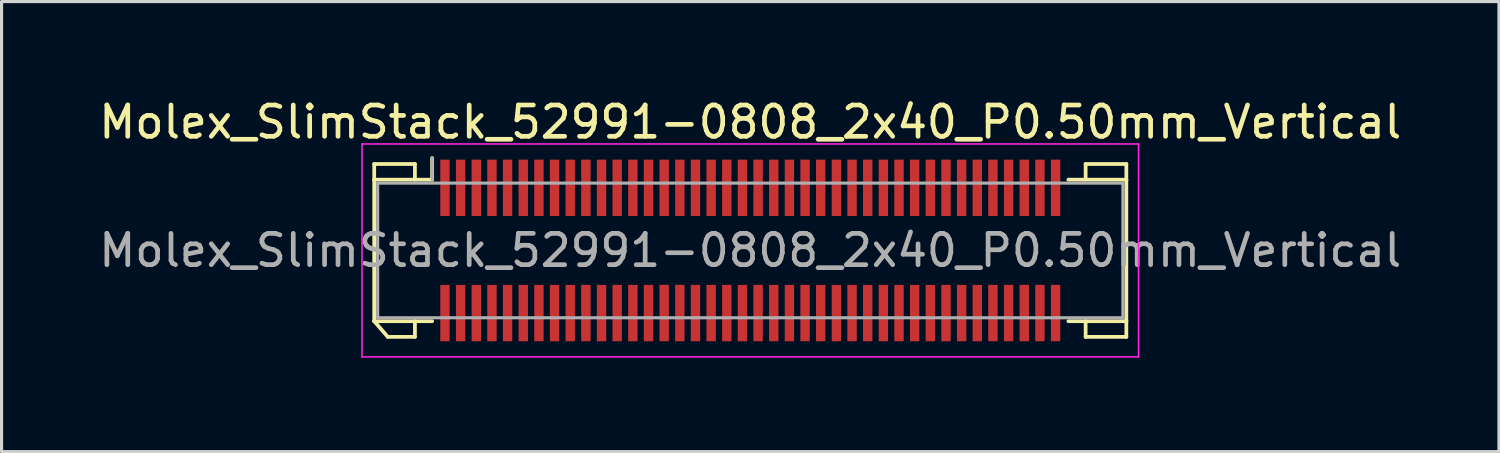
<source format=kicad_pcb>
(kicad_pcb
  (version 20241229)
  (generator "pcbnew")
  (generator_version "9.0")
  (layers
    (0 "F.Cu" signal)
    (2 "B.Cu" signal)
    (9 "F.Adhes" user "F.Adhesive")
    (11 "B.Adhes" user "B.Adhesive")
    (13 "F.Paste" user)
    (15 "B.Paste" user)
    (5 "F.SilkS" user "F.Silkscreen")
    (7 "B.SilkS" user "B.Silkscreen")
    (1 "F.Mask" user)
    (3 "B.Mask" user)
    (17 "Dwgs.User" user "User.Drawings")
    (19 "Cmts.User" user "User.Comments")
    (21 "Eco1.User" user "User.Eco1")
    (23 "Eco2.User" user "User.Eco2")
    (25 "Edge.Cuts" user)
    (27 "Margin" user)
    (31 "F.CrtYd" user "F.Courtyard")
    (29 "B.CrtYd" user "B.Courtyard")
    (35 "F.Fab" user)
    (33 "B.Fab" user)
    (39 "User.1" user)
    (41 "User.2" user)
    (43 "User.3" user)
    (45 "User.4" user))
  (footprint "Molex_SlimStack_52991-0808_2x40_P0.50mm_Vertical"
    (layer "F.Cu")
    (at 20.911 4.948)
    (property "Reference" "Molex_SlimStack_52991-0808_2x40_P0.50mm_Vertical" (at 0 -4.1 0) (layer "F.SilkS") (effects (font (size 1 1) (thickness 0.15))))
    (attr smd)
    (fp_line (start -12.01 -2.76) (end -10.71 -2.76) (stroke (width 0.12) (type solid)) (layer "F.SilkS"))
    (fp_line (start -12.01 -2.26) (end -12.01 -2.76) (stroke (width 0.12) (type solid)) (layer "F.SilkS"))
    (fp_line (start -12.01 -2.26) (end -10.16 -2.26) (stroke (width 0.12) (type solid)) (layer "F.SilkS"))
    (fp_line (start -12.01 2.26) (end -12.01 -2.26) (stroke (width 0.12) (type solid)) (layer "F.SilkS"))
    (fp_line (start -12.01 2.26) (end -11.577 2.76) (stroke (width 0.12) (type solid)) (layer "F.SilkS"))
    (fp_line (start -11.577 2.76) (end -10.71 2.76) (stroke (width 0.12) (type solid)) (layer "F.SilkS"))
    (fp_line (start -10.71 -2.76) (end -10.71 -2.26) (stroke (width 0.12) (type solid)) (layer "F.SilkS"))
    (fp_line (start -10.71 2.76) (end -10.71 2.26) (stroke (width 0.12) (type solid)) (layer "F.SilkS"))
    (fp_line (start -10.16 -2.26) (end -10.16 -2.95) (stroke (width 0.12) (type solid)) (layer "F.SilkS"))
    (fp_line (start -10.16 2.26) (end -12.01 2.26) (stroke (width 0.12) (type solid)) (layer "F.SilkS"))
    (fp_line (start 10.16 2.26) (end 12.01 2.26) (stroke (width 0.12) (type solid)) (layer "F.SilkS"))
    (fp_line (start 10.71 -2.76) (end 10.71 -2.26) (stroke (width 0.12) (type solid)) (layer "F.SilkS"))
    (fp_line (start 10.71 2.76) (end 10.71 2.26) (stroke (width 0.12) (type solid)) (layer "F.SilkS"))
    (fp_line (start 12.01 -2.76) (end 10.71 -2.76) (stroke (width 0.12) (type solid)) (layer "F.SilkS"))
    (fp_line (start 12.01 -2.26) (end 10.16 -2.26) (stroke (width 0.12) (type solid)) (layer "F.SilkS"))
    (fp_line (start 12.01 -2.26) (end 12.01 -2.76) (stroke (width 0.12) (type solid)) (layer "F.SilkS"))
    (fp_line (start 12.01 2.26) (end 12.01 -2.26) (stroke (width 0.12) (type solid)) (layer "F.SilkS"))
    (fp_line (start 12.01 2.26) (end 12.01 2.76) (stroke (width 0.12) (type solid)) (layer "F.SilkS"))
    (fp_line (start 12.01 2.76) (end 10.71 2.76) (stroke (width 0.12) (type solid)) (layer "F.SilkS"))
    (fp_line (start -12.4 -3.4) (end -12.4 3.4) (stroke (width 0.05) (type solid)) (layer "F.CrtYd"))
    (fp_line (start -12.4 3.4) (end 12.4 3.4) (stroke (width 0.05) (type solid)) (layer "F.CrtYd"))
    (fp_line (start 12.4 -3.4) (end -12.4 -3.4) (stroke (width 0.05) (type solid)) (layer "F.CrtYd"))
    (fp_line (start 12.4 3.4) (end 12.4 -3.4) (stroke (width 0.05) (type solid)) (layer "F.CrtYd"))
    (fp_line (start -11.9 -2.15) (end -11.9 2.15) (stroke (width 0.1) (type solid)) (layer "F.Fab"))
    (fp_line (start -11.9 2.15) (end 11.9 2.15) (stroke (width 0.1) (type solid)) (layer "F.Fab"))
    (fp_line (start -10.16 -2.26) (end -10.16 -2.95) (stroke (width 0.1) (type solid)) (layer "F.Fab"))
    (fp_line (start 11.9 -2.15) (end -11.9 -2.15) (stroke (width 0.1) (type solid)) (layer "F.Fab"))
    (fp_line (start 11.9 2.15) (end 11.9 -2.15) (stroke (width 0.1) (type solid)) (layer "F.Fab"))
    (fp_text user "${REFERENCE}" (at 0 0 0) (layer "F.Fab") (effects (font (size 1 1) (thickness 0.15))))
    (pad "1" smd rect (at -9.75 -2) (size 0.3 1.8) (layers "F.Cu" "F.Mask" "F.Paste"))
    (pad "2" smd rect (at -9.75 2) (size 0.3 1.8) (layers "F.Cu" "F.Mask" "F.Paste"))
    (pad "3" smd rect (at -9.25 -2) (size 0.3 1.8) (layers "F.Cu" "F.Mask" "F.Paste"))
    (pad "4" smd rect (at -9.25 2) (size 0.3 1.8) (layers "F.Cu" "F.Mask" "F.Paste"))
    (pad "5" smd rect (at -8.75 -2) (size 0.3 1.8) (layers "F.Cu" "F.Mask" "F.Paste"))
    (pad "6" smd rect (at -8.75 2) (size 0.3 1.8) (layers "F.Cu" "F.Mask" "F.Paste"))
    (pad "7" smd rect (at -8.25 -2) (size 0.3 1.8) (layers "F.Cu" "F.Mask" "F.Paste"))
    (pad "8" smd rect (at -8.25 2) (size 0.3 1.8) (layers "F.Cu" "F.Mask" "F.Paste"))
    (pad "9" smd rect (at -7.75 -2) (size 0.3 1.8) (layers "F.Cu" "F.Mask" "F.Paste"))
    (pad "10" smd rect (at -7.75 2) (size 0.3 1.8) (layers "F.Cu" "F.Mask" "F.Paste"))
    (pad "11" smd rect (at -7.25 -2) (size 0.3 1.8) (layers "F.Cu" "F.Mask" "F.Paste"))
    (pad "12" smd rect (at -7.25 2) (size 0.3 1.8) (layers "F.Cu" "F.Mask" "F.Paste"))
    (pad "13" smd rect (at -6.75 -2) (size 0.3 1.8) (layers "F.Cu" "F.Mask" "F.Paste"))
    (pad "14" smd rect (at -6.75 2) (size 0.3 1.8) (layers "F.Cu" "F.Mask" "F.Paste"))
    (pad "15" smd rect (at -6.25 -2) (size 0.3 1.8) (layers "F.Cu" "F.Mask" "F.Paste"))
    (pad "16" smd rect (at -6.25 2) (size 0.3 1.8) (layers "F.Cu" "F.Mask" "F.Paste"))
    (pad "17" smd rect (at -5.75 -2) (size 0.3 1.8) (layers "F.Cu" "F.Mask" "F.Paste"))
    (pad "18" smd rect (at -5.75 2) (size 0.3 1.8) (layers "F.Cu" "F.Mask" "F.Paste"))
    (pad "19" smd rect (at -5.25 -2) (size 0.3 1.8) (layers "F.Cu" "F.Mask" "F.Paste"))
    (pad "20" smd rect (at -5.25 2) (size 0.3 1.8) (layers "F.Cu" "F.Mask" "F.Paste"))
    (pad "21" smd rect (at -4.75 -2) (size 0.3 1.8) (layers "F.Cu" "F.Mask" "F.Paste"))
    (pad "22" smd rect (at -4.75 2) (size 0.3 1.8) (layers "F.Cu" "F.Mask" "F.Paste"))
    (pad "23" smd rect (at -4.25 -2) (size 0.3 1.8) (layers "F.Cu" "F.Mask" "F.Paste"))
    (pad "24" smd rect (at -4.25 2) (size 0.3 1.8) (layers "F.Cu" "F.Mask" "F.Paste"))
    (pad "25" smd rect (at -3.75 -2) (size 0.3 1.8) (layers "F.Cu" "F.Mask" "F.Paste"))
    (pad "26" smd rect (at -3.75 2) (size 0.3 1.8) (layers "F.Cu" "F.Mask" "F.Paste"))
    (pad "27" smd rect (at -3.25 -2) (size 0.3 1.8) (layers "F.Cu" "F.Mask" "F.Paste"))
    (pad "28" smd rect (at -3.25 2) (size 0.3 1.8) (layers "F.Cu" "F.Mask" "F.Paste"))
    (pad "29" smd rect (at -2.75 -2) (size 0.3 1.8) (layers "F.Cu" "F.Mask" "F.Paste"))
    (pad "30" smd rect (at -2.75 2) (size 0.3 1.8) (layers "F.Cu" "F.Mask" "F.Paste"))
    (pad "31" smd rect (at -2.25 -2) (size 0.3 1.8) (layers "F.Cu" "F.Mask" "F.Paste"))
    (pad "32" smd rect (at -2.25 2) (size 0.3 1.8) (layers "F.Cu" "F.Mask" "F.Paste"))
    (pad "33" smd rect (at -1.75 -2) (size 0.3 1.8) (layers "F.Cu" "F.Mask" "F.Paste"))
    (pad "34" smd rect (at -1.75 2) (size 0.3 1.8) (layers "F.Cu" "F.Mask" "F.Paste"))
    (pad "35" smd rect (at -1.25 -2) (size 0.3 1.8) (layers "F.Cu" "F.Mask" "F.Paste"))
    (pad "36" smd rect (at -1.25 2) (size 0.3 1.8) (layers "F.Cu" "F.Mask" "F.Paste"))
    (pad "37" smd rect (at -0.75 -2) (size 0.3 1.8) (layers "F.Cu" "F.Mask" "F.Paste"))
    (pad "38" smd rect (at -0.75 2) (size 0.3 1.8) (layers "F.Cu" "F.Mask" "F.Paste"))
    (pad "39" smd rect (at -0.25 -2) (size 0.3 1.8) (layers "F.Cu" "F.Mask" "F.Paste"))
    (pad "40" smd rect (at -0.25 2) (size 0.3 1.8) (layers "F.Cu" "F.Mask" "F.Paste"))
    (pad "41" smd rect (at 0.25 -2) (size 0.3 1.8) (layers "F.Cu" "F.Mask" "F.Paste"))
    (pad "42" smd rect (at 0.25 2) (size 0.3 1.8) (layers "F.Cu" "F.Mask" "F.Paste"))
    (pad "43" smd rect (at 0.75 -2) (size 0.3 1.8) (layers "F.Cu" "F.Mask" "F.Paste"))
    (pad "44" smd rect (at 0.75 2) (size 0.3 1.8) (layers "F.Cu" "F.Mask" "F.Paste"))
    (pad "45" smd rect (at 1.25 -2) (size 0.3 1.8) (layers "F.Cu" "F.Mask" "F.Paste"))
    (pad "46" smd rect (at 1.25 2) (size 0.3 1.8) (layers "F.Cu" "F.Mask" "F.Paste"))
    (pad "47" smd rect (at 1.75 -2) (size 0.3 1.8) (layers "F.Cu" "F.Mask" "F.Paste"))
    (pad "48" smd rect (at 1.75 2) (size 0.3 1.8) (layers "F.Cu" "F.Mask" "F.Paste"))
    (pad "49" smd rect (at 2.25 -2) (size 0.3 1.8) (layers "F.Cu" "F.Mask" "F.Paste"))
    (pad "50" smd rect (at 2.25 2) (size 0.3 1.8) (layers "F.Cu" "F.Mask" "F.Paste"))
    (pad "51" smd rect (at 2.75 -2) (size 0.3 1.8) (layers "F.Cu" "F.Mask" "F.Paste"))
    (pad "52" smd rect (at 2.75 2) (size 0.3 1.8) (layers "F.Cu" "F.Mask" "F.Paste"))
    (pad "53" smd rect (at 3.25 -2) (size 0.3 1.8) (layers "F.Cu" "F.Mask" "F.Paste"))
    (pad "54" smd rect (at 3.25 2) (size 0.3 1.8) (layers "F.Cu" "F.Mask" "F.Paste"))
    (pad "55" smd rect (at 3.75 -2) (size 0.3 1.8) (layers "F.Cu" "F.Mask" "F.Paste"))
    (pad "56" smd rect (at 3.75 2) (size 0.3 1.8) (layers "F.Cu" "F.Mask" "F.Paste"))
    (pad "57" smd rect (at 4.25 -2) (size 0.3 1.8) (layers "F.Cu" "F.Mask" "F.Paste"))
    (pad "58" smd rect (at 4.25 2) (size 0.3 1.8) (layers "F.Cu" "F.Mask" "F.Paste"))
    (pad "59" smd rect (at 4.75 -2) (size 0.3 1.8) (layers "F.Cu" "F.Mask" "F.Paste"))
    (pad "60" smd rect (at 4.75 2) (size 0.3 1.8) (layers "F.Cu" "F.Mask" "F.Paste"))
    (pad "61" smd rect (at 5.25 -2) (size 0.3 1.8) (layers "F.Cu" "F.Mask" "F.Paste"))
    (pad "62" smd rect (at 5.25 2) (size 0.3 1.8) (layers "F.Cu" "F.Mask" "F.Paste"))
    (pad "63" smd rect (at 5.75 -2) (size 0.3 1.8) (layers "F.Cu" "F.Mask" "F.Paste"))
    (pad "64" smd rect (at 5.75 2) (size 0.3 1.8) (layers "F.Cu" "F.Mask" "F.Paste"))
    (pad "65" smd rect (at 6.25 -2) (size 0.3 1.8) (layers "F.Cu" "F.Mask" "F.Paste"))
    (pad "66" smd rect (at 6.25 2) (size 0.3 1.8) (layers "F.Cu" "F.Mask" "F.Paste"))
    (pad "67" smd rect (at 6.75 -2) (size 0.3 1.8) (layers "F.Cu" "F.Mask" "F.Paste"))
    (pad "68" smd rect (at 6.75 2) (size 0.3 1.8) (layers "F.Cu" "F.Mask" "F.Paste"))
    (pad "69" smd rect (at 7.25 -2) (size 0.3 1.8) (layers "F.Cu" "F.Mask" "F.Paste"))
    (pad "70" smd rect (at 7.25 2) (size 0.3 1.8) (layers "F.Cu" "F.Mask" "F.Paste"))
    (pad "71" smd rect (at 7.75 -2) (size 0.3 1.8) (layers "F.Cu" "F.Mask" "F.Paste"))
    (pad "72" smd rect (at 7.75 2) (size 0.3 1.8) (layers "F.Cu" "F.Mask" "F.Paste"))
    (pad "73" smd rect (at 8.25 -2) (size 0.3 1.8) (layers "F.Cu" "F.Mask" "F.Paste"))
    (pad "74" smd rect (at 8.25 2) (size 0.3 1.8) (layers "F.Cu" "F.Mask" "F.Paste"))
    (pad "75" smd rect (at 8.75 -2) (size 0.3 1.8) (layers "F.Cu" "F.Mask" "F.Paste"))
    (pad "76" smd rect (at 8.75 2) (size 0.3 1.8) (layers "F.Cu" "F.Mask" "F.Paste"))
    (pad "77" smd rect (at 9.25 -2) (size 0.3 1.8) (layers "F.Cu" "F.Mask" "F.Paste"))
    (pad "78" smd rect (at 9.25 2) (size 0.3 1.8) (layers "F.Cu" "F.Mask" "F.Paste"))
    (pad "79" smd rect (at 9.75 -2) (size 0.3 1.8) (layers "F.Cu" "F.Mask" "F.Paste"))
    (pad "80" smd rect (at 9.75 2) (size 0.3 1.8) (layers "F.Cu" "F.Mask" "F.Paste")))
  (gr_rect
    (start -3 -3)
    (end 44.821 11.373)
    (stroke (width 0.1) (type default))
    (fill no)
    (layer "Edge.Cuts")))
</source>
